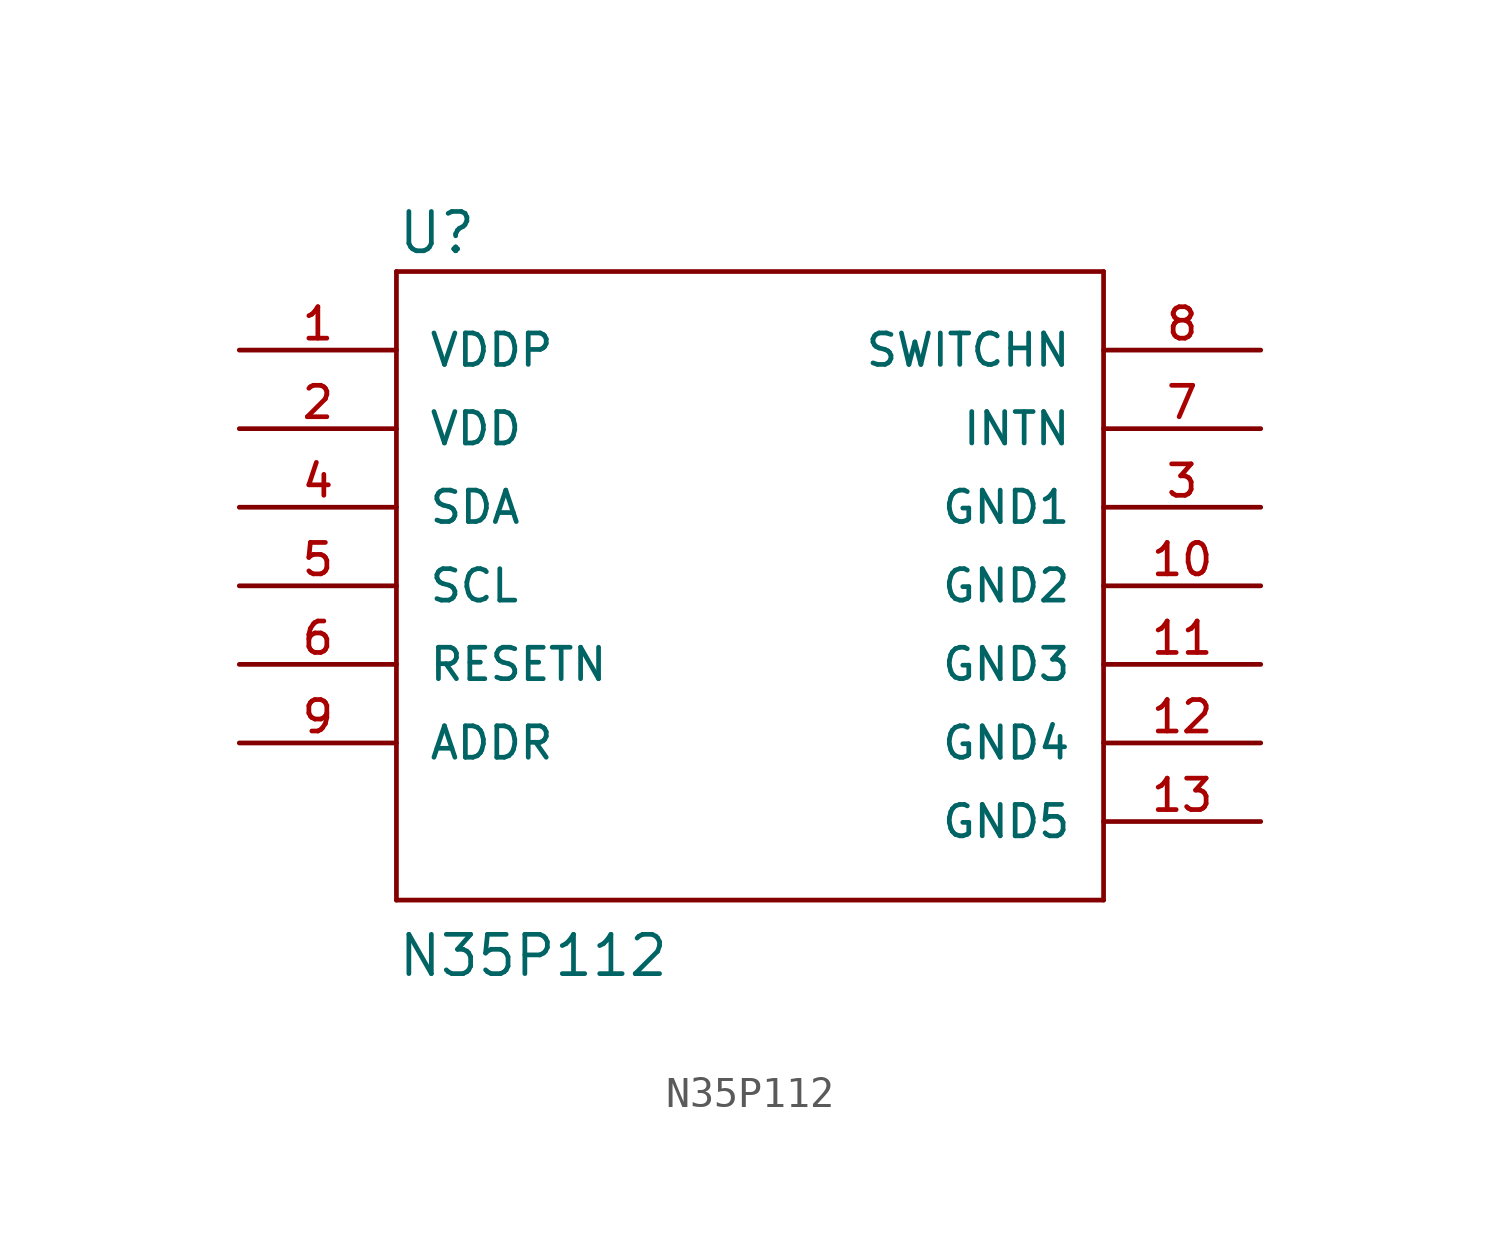
<source format=kicad_sym>
(kicad_symbol_lib
  (version 20211014)
  (generator kicad_symbol_editor)
  (symbol "N35P112"
    (pin_names
      (offset 1.016))
    (property "Reference" "U"
      (at 0 20.828 0)
      (effects (font (size 1.27 1.27)) (justify left bottom)))
    (property "Value" "N35P112"
      (at 0 -2.54 0)
      (effects (font (size 1.27 1.27)) (justify left bottom)))
    (property "ki_locked" ""
      (at 0 0 0)
      (effects (font (size 1.27 1.27))))
    (symbol "N35P112_1_0"
      (polyline (pts (xy 0 0) (xy 0 20.32)) (stroke (width 0) (type default) (color 0 0 0 0)) (fill (type none)))
      (polyline (pts (xy 0 20.32) (xy 22.86 20.32)) (stroke (width 0) (type default) (color 0 0 0 0)) (fill (type none)))
      (polyline (pts (xy 22.86 0) (xy 0 0)) (stroke (width 0) (type default) (color 0 0 0 0)) (fill (type none)))
      (polyline (pts (xy 22.86 20.32) (xy 22.86 0)) (stroke (width 0) (type default) (color 0 0 0 0)) (fill (type none))))
    (symbol "N35P112_1_1"
      (pin bidirectional line (at -5.08 17.78 0) (length 5.08) (name "VDDP" (effects (font (size 1.016 1.016)))) (number "1" (effects (font (size 1.016 1.016)))))
      (pin bidirectional line (at 27.94 10.16 180) (length 5.08) (name "GND2" (effects (font (size 1.016 1.016)))) (number "10" (effects (font (size 1.016 1.016)))))
      (pin bidirectional line (at 27.94 7.62 180) (length 5.08) (name "GND3" (effects (font (size 1.016 1.016)))) (number "11" (effects (font (size 1.016 1.016)))))
      (pin bidirectional line (at 27.94 5.08 180) (length 5.08) (name "GND4" (effects (font (size 1.016 1.016)))) (number "12" (effects (font (size 1.016 1.016)))))
      (pin bidirectional line (at 27.94 2.54 180) (length 5.08) (name "GND5" (effects (font (size 1.016 1.016)))) (number "13" (effects (font (size 1.016 1.016)))))
      (pin bidirectional line (at -5.08 15.24 0) (length 5.08) (name "VDD" (effects (font (size 1.016 1.016)))) (number "2" (effects (font (size 1.016 1.016)))))
      (pin bidirectional line (at 27.94 12.7 180) (length 5.08) (name "GND1" (effects (font (size 1.016 1.016)))) (number "3" (effects (font (size 1.016 1.016)))))
      (pin bidirectional line (at -5.08 12.7 0) (length 5.08) (name "SDA" (effects (font (size 1.016 1.016)))) (number "4" (effects (font (size 1.016 1.016)))))
      (pin bidirectional line (at -5.08 10.16 0) (length 5.08) (name "SCL" (effects (font (size 1.016 1.016)))) (number "5" (effects (font (size 1.016 1.016)))))
      (pin bidirectional line (at -5.08 7.62 0) (length 5.08) (name "RESETN" (effects (font (size 1.016 1.016)))) (number "6" (effects (font (size 1.016 1.016)))))
      (pin bidirectional line (at 27.94 15.24 180) (length 5.08) (name "INTN" (effects (font (size 1.016 1.016)))) (number "7" (effects (font (size 1.016 1.016)))))
      (pin bidirectional line (at 27.94 17.78 180) (length 5.08) (name "SWITCHN" (effects (font (size 1.016 1.016)))) (number "8" (effects (font (size 1.016 1.016)))))
      (pin bidirectional line (at -5.08 5.08 0) (length 5.08) (name "ADDR" (effects (font (size 1.016 1.016)))) (number "9" (effects (font (size 1.016 1.016))))))))
</source>
